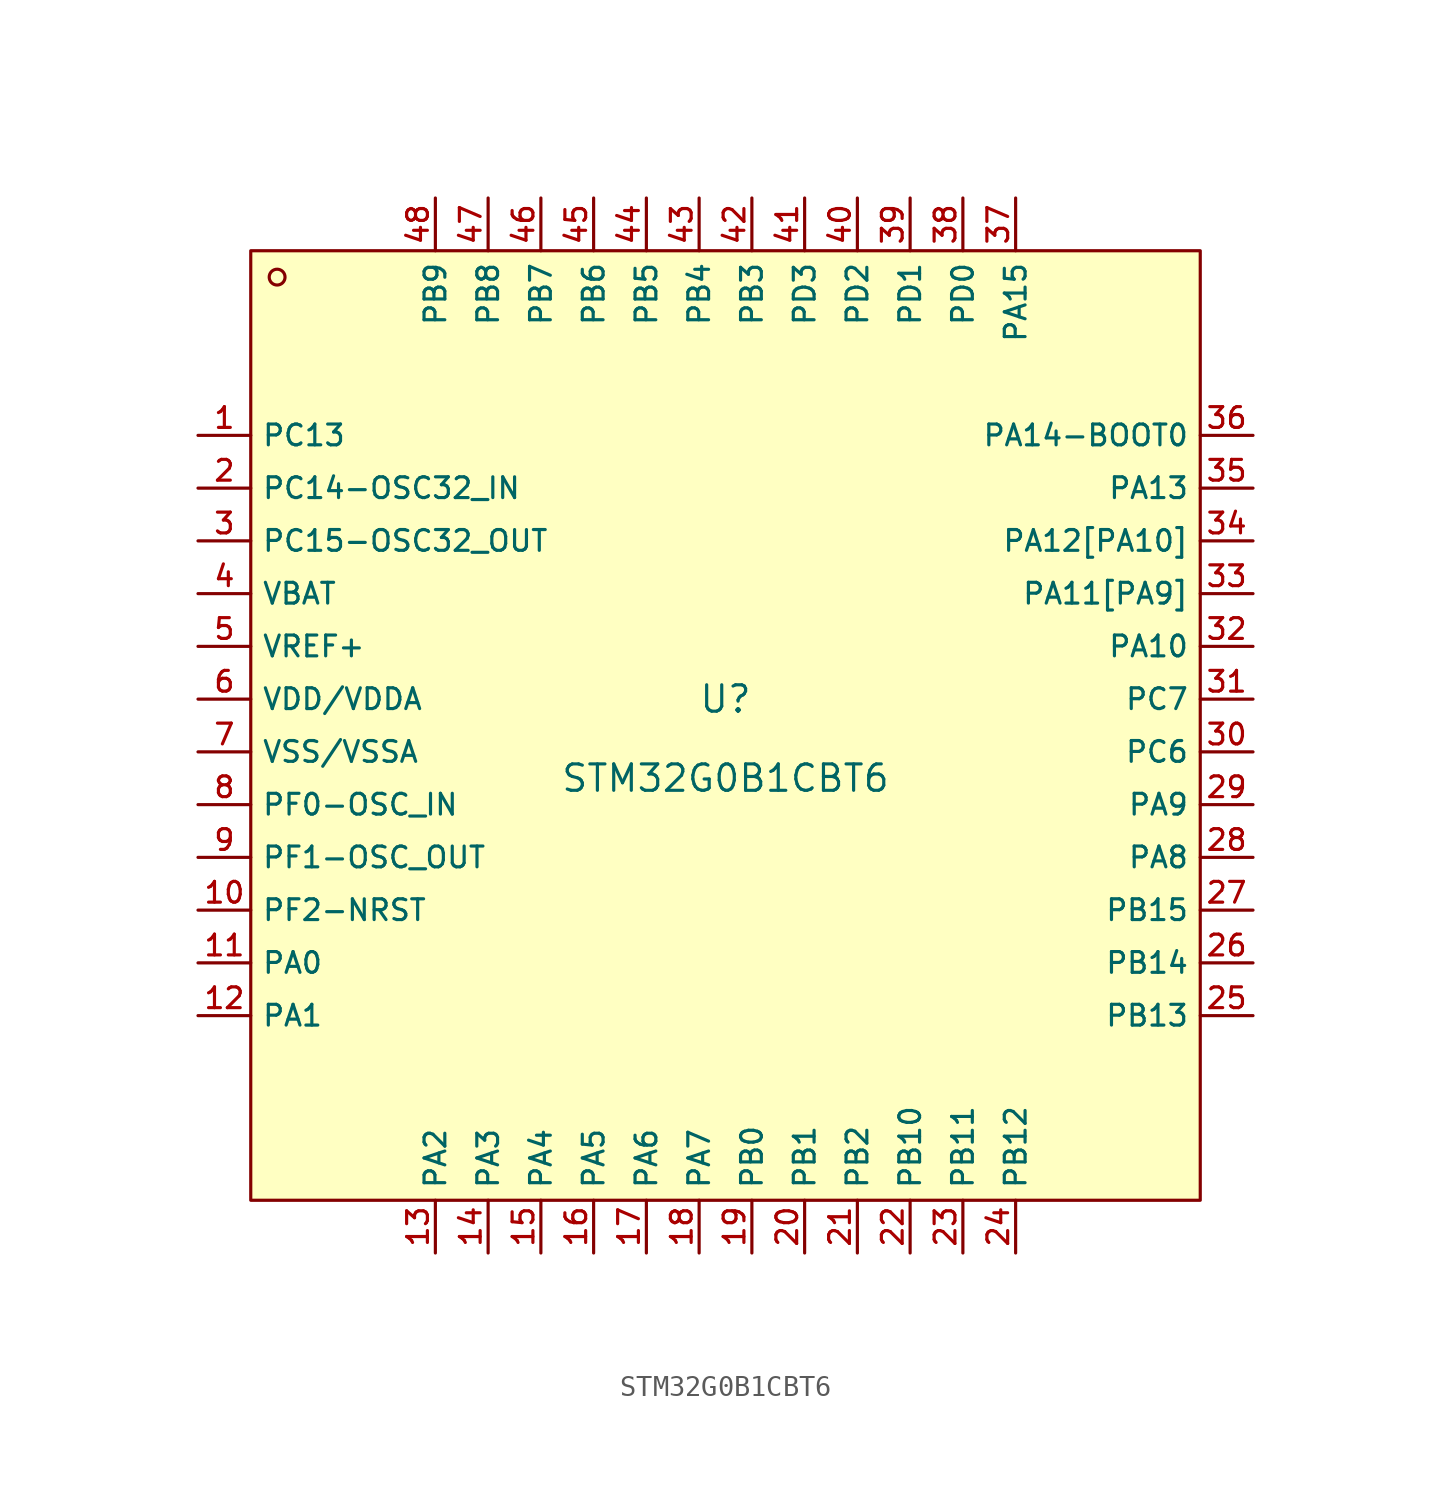
<source format=kicad_sym>
(kicad_symbol_lib
  (version 20210201)
  (generator TousstNicolas/JLC2KiCad_lib)
  (symbol "STM32G0B1CBT6"
    (property "Reference" "U"
      (at 0 1.27 0)
      (effects (font (size 1.27 1.27))))
    (property "Value" "STM32G0B1CBT6"
      (at 0 -2.54 0)
      (effects (font (size 1.27 1.27))))
    (symbol "STM32G0B1CBT6_0_1"
      (rectangle (start -22.86 22.86) (end 22.86 -22.86) (stroke (width 0) (type default) (color 0 0 0 0)) (fill (type background)))
      (circle (center -21.59 21.59) (radius 0.381) (stroke (width 0) (type default) (color 0 0 0 0)) (fill (type background)))
      (pin unspecified line (at -25.4 13.97 0) (length 2.54) (name "PC13" (effects (font (size 1 1)))) (number "1" (effects (font (size 1 1)))))
      (pin unspecified line (at -25.4 11.43 0) (length 2.54) (name "PC14-OSC32_IN" (effects (font (size 1 1)))) (number "2" (effects (font (size 1 1)))))
      (pin unspecified line (at -25.4 8.89 0) (length 2.54) (name "PC15-OSC32_OUT" (effects (font (size 1 1)))) (number "3" (effects (font (size 1 1)))))
      (pin unspecified line (at -25.4 6.35 0) (length 2.54) (name "VBAT" (effects (font (size 1 1)))) (number "4" (effects (font (size 1 1)))))
      (pin unspecified line (at -25.4 3.81 0) (length 2.54) (name "VREF+" (effects (font (size 1 1)))) (number "5" (effects (font (size 1 1)))))
      (pin unspecified line (at -25.4 1.27 0) (length 2.54) (name "VDD/VDDA" (effects (font (size 1 1)))) (number "6" (effects (font (size 1 1)))))
      (pin unspecified line (at -25.4 -1.27 0) (length 2.54) (name "VSS/VSSA" (effects (font (size 1 1)))) (number "7" (effects (font (size 1 1)))))
      (pin unspecified line (at -25.4 -8.89 0) (length 2.54) (name "PF2-NRST" (effects (font (size 1 1)))) (number "10" (effects (font (size 1 1)))))
      (pin unspecified line (at -25.4 -3.81 0) (length 2.54) (name "PF0-OSC_IN" (effects (font (size 1 1)))) (number "8" (effects (font (size 1 1)))))
      (pin unspecified line (at -25.4 -6.35 0) (length 2.54) (name "PF1-OSC_OUT" (effects (font (size 1 1)))) (number "9" (effects (font (size 1 1)))))
      (pin unspecified line (at -25.4 -11.43 0) (length 2.54) (name "PA0" (effects (font (size 1 1)))) (number "11" (effects (font (size 1 1)))))
      (pin unspecified line (at -25.4 -13.97 0) (length 2.54) (name "PA1" (effects (font (size 1 1)))) (number "12" (effects (font (size 1 1)))))
      (pin unspecified line (at -13.97 -25.4 90) (length 2.54) (name "PA2" (effects (font (size 1 1)))) (number "13" (effects (font (size 1 1)))))
      (pin unspecified line (at -11.43 -25.4 90) (length 2.54) (name "PA3" (effects (font (size 1 1)))) (number "14" (effects (font (size 1 1)))))
      (pin unspecified line (at -8.89 -25.4 90) (length 2.54) (name "PA4" (effects (font (size 1 1)))) (number "15" (effects (font (size 1 1)))))
      (pin unspecified line (at -6.35 -25.4 90) (length 2.54) (name "PA5" (effects (font (size 1 1)))) (number "16" (effects (font (size 1 1)))))
      (pin unspecified line (at -3.81 -25.4 90) (length 2.54) (name "PA6" (effects (font (size 1 1)))) (number "17" (effects (font (size 1 1)))))
      (pin unspecified line (at -1.27 -25.4 90) (length 2.54) (name "PA7" (effects (font (size 1 1)))) (number "18" (effects (font (size 1 1)))))
      (pin unspecified line (at 1.27 -25.4 90) (length 2.54) (name "PB0" (effects (font (size 1 1)))) (number "19" (effects (font (size 1 1)))))
      (pin unspecified line (at 3.81 -25.4 90) (length 2.54) (name "PB1" (effects (font (size 1 1)))) (number "20" (effects (font (size 1 1)))))
      (pin unspecified line (at 6.35 -25.4 90) (length 2.54) (name "PB2" (effects (font (size 1 1)))) (number "21" (effects (font (size 1 1)))))
      (pin unspecified line (at 8.89 -25.4 90) (length 2.54) (name "PB10" (effects (font (size 1 1)))) (number "22" (effects (font (size 1 1)))))
      (pin unspecified line (at 11.43 -25.4 90) (length 2.54) (name "PB11" (effects (font (size 1 1)))) (number "23" (effects (font (size 1 1)))))
      (pin unspecified line (at 13.97 -25.4 90) (length 2.54) (name "PB12" (effects (font (size 1 1)))) (number "24" (effects (font (size 1 1)))))
      (pin unspecified line (at 25.4 -13.97 180) (length 2.54) (name "PB13" (effects (font (size 1 1)))) (number "25" (effects (font (size 1 1)))))
      (pin unspecified line (at 25.4 -11.43 180) (length 2.54) (name "PB14" (effects (font (size 1 1)))) (number "26" (effects (font (size 1 1)))))
      (pin unspecified line (at 25.4 -8.89 180) (length 2.54) (name "PB15" (effects (font (size 1 1)))) (number "27" (effects (font (size 1 1)))))
      (pin unspecified line (at 25.4 -6.35 180) (length 2.54) (name "PA8" (effects (font (size 1 1)))) (number "28" (effects (font (size 1 1)))))
      (pin unspecified line (at 25.4 -3.81 180) (length 2.54) (name "PA9" (effects (font (size 1 1)))) (number "29" (effects (font (size 1 1)))))
      (pin unspecified line (at 25.4 -1.27 180) (length 2.54) (name "PC6" (effects (font (size 1 1)))) (number "30" (effects (font (size 1 1)))))
      (pin unspecified line (at 25.4 1.27 180) (length 2.54) (name "PC7" (effects (font (size 1 1)))) (number "31" (effects (font (size 1 1)))))
      (pin unspecified line (at 25.4 3.81 180) (length 2.54) (name "PA10" (effects (font (size 1 1)))) (number "32" (effects (font (size 1 1)))))
      (pin unspecified line (at 25.4 6.35 180) (length 2.54) (name "PA11[PA9]" (effects (font (size 1 1)))) (number "33" (effects (font (size 1 1)))))
      (pin unspecified line (at 25.4 8.89 180) (length 2.54) (name "PA12[PA10]" (effects (font (size 1 1)))) (number "34" (effects (font (size 1 1)))))
      (pin unspecified line (at 25.4 11.43 180) (length 2.54) (name "PA13" (effects (font (size 1 1)))) (number "35" (effects (font (size 1 1)))))
      (pin unspecified line (at 25.4 13.97 180) (length 2.54) (name "PA14-BOOT0" (effects (font (size 1 1)))) (number "36" (effects (font (size 1 1)))))
      (pin unspecified line (at 13.97 25.4 270) (length 2.54) (name "PA15" (effects (font (size 1 1)))) (number "37" (effects (font (size 1 1)))))
      (pin unspecified line (at 11.43 25.4 270) (length 2.54) (name "PD0" (effects (font (size 1 1)))) (number "38" (effects (font (size 1 1)))))
      (pin unspecified line (at 8.89 25.4 270) (length 2.54) (name "PD1" (effects (font (size 1 1)))) (number "39" (effects (font (size 1 1)))))
      (pin unspecified line (at 6.35 25.4 270) (length 2.54) (name "PD2" (effects (font (size 1 1)))) (number "40" (effects (font (size 1 1)))))
      (pin unspecified line (at 3.81 25.4 270) (length 2.54) (name "PD3" (effects (font (size 1 1)))) (number "41" (effects (font (size 1 1)))))
      (pin unspecified line (at 1.27 25.4 270) (length 2.54) (name "PB3" (effects (font (size 1 1)))) (number "42" (effects (font (size 1 1)))))
      (pin unspecified line (at -1.27 25.4 270) (length 2.54) (name "PB4" (effects (font (size 1 1)))) (number "43" (effects (font (size 1 1)))))
      (pin unspecified line (at -3.81 25.4 270) (length 2.54) (name "PB5" (effects (font (size 1 1)))) (number "44" (effects (font (size 1 1)))))
      (pin unspecified line (at -6.35 25.4 270) (length 2.54) (name "PB6" (effects (font (size 1 1)))) (number "45" (effects (font (size 1 1)))))
      (pin unspecified line (at -8.89 25.4 270) (length 2.54) (name "PB7" (effects (font (size 1 1)))) (number "46" (effects (font (size 1 1)))))
      (pin unspecified line (at -11.43 25.4 270) (length 2.54) (name "PB8" (effects (font (size 1 1)))) (number "47" (effects (font (size 1 1)))))
      (pin unspecified line (at -13.97 25.4 270) (length 2.54) (name "PB9" (effects (font (size 1 1)))) (number "48" (effects (font (size 1 1))))))))
</source>
